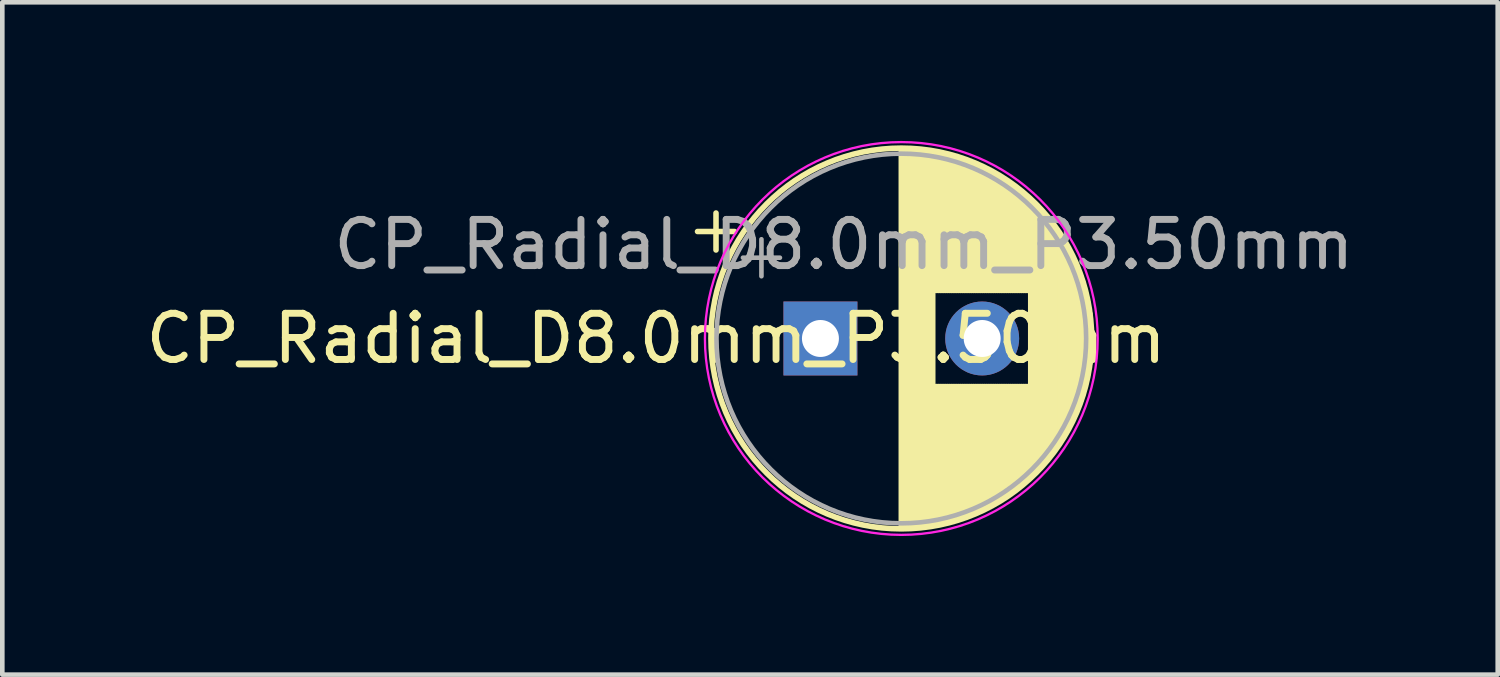
<source format=kicad_pcb>
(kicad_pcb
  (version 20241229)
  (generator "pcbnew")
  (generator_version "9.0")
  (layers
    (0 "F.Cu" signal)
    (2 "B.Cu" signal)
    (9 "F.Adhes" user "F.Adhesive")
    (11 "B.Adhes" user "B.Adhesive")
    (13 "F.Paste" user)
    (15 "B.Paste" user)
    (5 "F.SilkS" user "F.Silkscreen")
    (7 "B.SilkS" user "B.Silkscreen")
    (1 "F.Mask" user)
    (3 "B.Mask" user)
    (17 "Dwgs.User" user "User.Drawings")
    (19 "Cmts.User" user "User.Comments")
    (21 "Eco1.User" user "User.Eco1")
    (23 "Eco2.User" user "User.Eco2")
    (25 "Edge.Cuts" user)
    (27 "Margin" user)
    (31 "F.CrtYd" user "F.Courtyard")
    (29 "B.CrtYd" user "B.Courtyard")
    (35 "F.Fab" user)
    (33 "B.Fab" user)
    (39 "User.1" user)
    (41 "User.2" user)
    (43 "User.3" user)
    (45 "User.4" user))
  (footprint "CP_Radial_D8.0mm_P3.50mm"
    (layer "F.Cu")
    (at 14.705 4.275)
    (property "Reference" "CP_Radial_D8.0mm_P3.50mm" (at -3.556 0 0) (layer "F.SilkS") (effects (font (size 1 1) (thickness 0.15))))
    (attr through_hole)
    (fp_line (start -2.66 -2.315) (end -1.86 -2.315) (stroke (width 0.12) (type solid)) (layer "F.SilkS"))
    (fp_line (start -2.26 -2.715) (end -2.26 -1.915) (stroke (width 0.12) (type solid)) (layer "F.SilkS"))
    (fp_line (start 1.75 -4.08) (end 1.75 4.08) (stroke (width 0.12) (type solid)) (layer "F.SilkS"))
    (fp_line (start 1.79 -4.08) (end 1.79 4.08) (stroke (width 0.12) (type solid)) (layer "F.SilkS"))
    (fp_line (start 1.83 -4.08) (end 1.83 4.08) (stroke (width 0.12) (type solid)) (layer "F.SilkS"))
    (fp_line (start 1.87 -4.079) (end 1.87 4.079) (stroke (width 0.12) (type solid)) (layer "F.SilkS"))
    (fp_line (start 1.91 -4.077) (end 1.91 4.077) (stroke (width 0.12) (type solid)) (layer "F.SilkS"))
    (fp_line (start 1.95 -4.076) (end 1.95 4.076) (stroke (width 0.12) (type solid)) (layer "F.SilkS"))
    (fp_line (start 1.99 -4.074) (end 1.99 4.074) (stroke (width 0.12) (type solid)) (layer "F.SilkS"))
    (fp_line (start 2.03 -4.071) (end 2.03 4.071) (stroke (width 0.12) (type solid)) (layer "F.SilkS"))
    (fp_line (start 2.07 -4.068) (end 2.07 4.068) (stroke (width 0.12) (type solid)) (layer "F.SilkS"))
    (fp_line (start 2.11 -4.065) (end 2.11 4.065) (stroke (width 0.12) (type solid)) (layer "F.SilkS"))
    (fp_line (start 2.15 -4.061) (end 2.15 4.061) (stroke (width 0.12) (type solid)) (layer "F.SilkS"))
    (fp_line (start 2.19 -4.057) (end 2.19 4.057) (stroke (width 0.12) (type solid)) (layer "F.SilkS"))
    (fp_line (start 2.23 -4.052) (end 2.23 4.052) (stroke (width 0.12) (type solid)) (layer "F.SilkS"))
    (fp_line (start 2.27 -4.048) (end 2.27 4.048) (stroke (width 0.12) (type solid)) (layer "F.SilkS"))
    (fp_line (start 2.31 -4.042) (end 2.31 4.042) (stroke (width 0.12) (type solid)) (layer "F.SilkS"))
    (fp_line (start 2.35 -4.037) (end 2.35 4.037) (stroke (width 0.12) (type solid)) (layer "F.SilkS"))
    (fp_line (start 2.39 -4.03) (end 2.39 4.03) (stroke (width 0.12) (type solid)) (layer "F.SilkS"))
    (fp_line (start 2.43 -4.024) (end 2.43 4.024) (stroke (width 0.12) (type solid)) (layer "F.SilkS"))
    (fp_line (start 2.471 -4.017) (end 2.471 -1.04) (stroke (width 0.12) (type solid)) (layer "F.SilkS"))
    (fp_line (start 2.471 1.04) (end 2.471 4.017) (stroke (width 0.12) (type solid)) (layer "F.SilkS"))
    (fp_line (start 2.511 -4.01) (end 2.511 -1.04) (stroke (width 0.12) (type solid)) (layer "F.SilkS"))
    (fp_line (start 2.511 1.04) (end 2.511 4.01) (stroke (width 0.12) (type solid)) (layer "F.SilkS"))
    (fp_line (start 2.551 -4.002) (end 2.551 -1.04) (stroke (width 0.12) (type solid)) (layer "F.SilkS"))
    (fp_line (start 2.551 1.04) (end 2.551 4.002) (stroke (width 0.12) (type solid)) (layer "F.SilkS"))
    (fp_line (start 2.591 -3.994) (end 2.591 -1.04) (stroke (width 0.12) (type solid)) (layer "F.SilkS"))
    (fp_line (start 2.591 1.04) (end 2.591 3.994) (stroke (width 0.12) (type solid)) (layer "F.SilkS"))
    (fp_line (start 2.631 -3.985) (end 2.631 -1.04) (stroke (width 0.12) (type solid)) (layer "F.SilkS"))
    (fp_line (start 2.631 1.04) (end 2.631 3.985) (stroke (width 0.12) (type solid)) (layer "F.SilkS"))
    (fp_line (start 2.671 -3.976) (end 2.671 -1.04) (stroke (width 0.12) (type solid)) (layer "F.SilkS"))
    (fp_line (start 2.671 1.04) (end 2.671 3.976) (stroke (width 0.12) (type solid)) (layer "F.SilkS"))
    (fp_line (start 2.711 -3.967) (end 2.711 -1.04) (stroke (width 0.12) (type solid)) (layer "F.SilkS"))
    (fp_line (start 2.711 1.04) (end 2.711 3.967) (stroke (width 0.12) (type solid)) (layer "F.SilkS"))
    (fp_line (start 2.751 -3.957) (end 2.751 -1.04) (stroke (width 0.12) (type solid)) (layer "F.SilkS"))
    (fp_line (start 2.751 1.04) (end 2.751 3.957) (stroke (width 0.12) (type solid)) (layer "F.SilkS"))
    (fp_line (start 2.791 -3.947) (end 2.791 -1.04) (stroke (width 0.12) (type solid)) (layer "F.SilkS"))
    (fp_line (start 2.791 1.04) (end 2.791 3.947) (stroke (width 0.12) (type solid)) (layer "F.SilkS"))
    (fp_line (start 2.831 -3.936) (end 2.831 -1.04) (stroke (width 0.12) (type solid)) (layer "F.SilkS"))
    (fp_line (start 2.831 1.04) (end 2.831 3.936) (stroke (width 0.12) (type solid)) (layer "F.SilkS"))
    (fp_line (start 2.871 -3.925) (end 2.871 -1.04) (stroke (width 0.12) (type solid)) (layer "F.SilkS"))
    (fp_line (start 2.871 1.04) (end 2.871 3.925) (stroke (width 0.12) (type solid)) (layer "F.SilkS"))
    (fp_line (start 2.911 -3.914) (end 2.911 -1.04) (stroke (width 0.12) (type solid)) (layer "F.SilkS"))
    (fp_line (start 2.911 1.04) (end 2.911 3.914) (stroke (width 0.12) (type solid)) (layer "F.SilkS"))
    (fp_line (start 2.951 -3.902) (end 2.951 -1.04) (stroke (width 0.12) (type solid)) (layer "F.SilkS"))
    (fp_line (start 2.951 1.04) (end 2.951 3.902) (stroke (width 0.12) (type solid)) (layer "F.SilkS"))
    (fp_line (start 2.991 -3.889) (end 2.991 -1.04) (stroke (width 0.12) (type solid)) (layer "F.SilkS"))
    (fp_line (start 2.991 1.04) (end 2.991 3.889) (stroke (width 0.12) (type solid)) (layer "F.SilkS"))
    (fp_line (start 3.031 -3.877) (end 3.031 -1.04) (stroke (width 0.12) (type solid)) (layer "F.SilkS"))
    (fp_line (start 3.031 1.04) (end 3.031 3.877) (stroke (width 0.12) (type solid)) (layer "F.SilkS"))
    (fp_line (start 3.071 -3.863) (end 3.071 -1.04) (stroke (width 0.12) (type solid)) (layer "F.SilkS"))
    (fp_line (start 3.071 1.04) (end 3.071 3.863) (stroke (width 0.12) (type solid)) (layer "F.SilkS"))
    (fp_line (start 3.111 -3.85) (end 3.111 -1.04) (stroke (width 0.12) (type solid)) (layer "F.SilkS"))
    (fp_line (start 3.111 1.04) (end 3.111 3.85) (stroke (width 0.12) (type solid)) (layer "F.SilkS"))
    (fp_line (start 3.151 -3.835) (end 3.151 -1.04) (stroke (width 0.12) (type solid)) (layer "F.SilkS"))
    (fp_line (start 3.151 1.04) (end 3.151 3.835) (stroke (width 0.12) (type solid)) (layer "F.SilkS"))
    (fp_line (start 3.191 -3.821) (end 3.191 -1.04) (stroke (width 0.12) (type solid)) (layer "F.SilkS"))
    (fp_line (start 3.191 1.04) (end 3.191 3.821) (stroke (width 0.12) (type solid)) (layer "F.SilkS"))
    (fp_line (start 3.231 -3.805) (end 3.231 -1.04) (stroke (width 0.12) (type solid)) (layer "F.SilkS"))
    (fp_line (start 3.231 1.04) (end 3.231 3.805) (stroke (width 0.12) (type solid)) (layer "F.SilkS"))
    (fp_line (start 3.271 -3.79) (end 3.271 -1.04) (stroke (width 0.12) (type solid)) (layer "F.SilkS"))
    (fp_line (start 3.271 1.04) (end 3.271 3.79) (stroke (width 0.12) (type solid)) (layer "F.SilkS"))
    (fp_line (start 3.311 -3.774) (end 3.311 -1.04) (stroke (width 0.12) (type solid)) (layer "F.SilkS"))
    (fp_line (start 3.311 1.04) (end 3.311 3.774) (stroke (width 0.12) (type solid)) (layer "F.SilkS"))
    (fp_line (start 3.351 -3.757) (end 3.351 -1.04) (stroke (width 0.12) (type solid)) (layer "F.SilkS"))
    (fp_line (start 3.351 1.04) (end 3.351 3.757) (stroke (width 0.12) (type solid)) (layer "F.SilkS"))
    (fp_line (start 3.391 -3.74) (end 3.391 -1.04) (stroke (width 0.12) (type solid)) (layer "F.SilkS"))
    (fp_line (start 3.391 1.04) (end 3.391 3.74) (stroke (width 0.12) (type solid)) (layer "F.SilkS"))
    (fp_line (start 3.431 -3.722) (end 3.431 -1.04) (stroke (width 0.12) (type solid)) (layer "F.SilkS"))
    (fp_line (start 3.431 1.04) (end 3.431 3.722) (stroke (width 0.12) (type solid)) (layer "F.SilkS"))
    (fp_line (start 3.471 -3.704) (end 3.471 -1.04) (stroke (width 0.12) (type solid)) (layer "F.SilkS"))
    (fp_line (start 3.471 1.04) (end 3.471 3.704) (stroke (width 0.12) (type solid)) (layer "F.SilkS"))
    (fp_line (start 3.511 -3.686) (end 3.511 -1.04) (stroke (width 0.12) (type solid)) (layer "F.SilkS"))
    (fp_line (start 3.511 1.04) (end 3.511 3.686) (stroke (width 0.12) (type solid)) (layer "F.SilkS"))
    (fp_line (start 3.551 -3.666) (end 3.551 -1.04) (stroke (width 0.12) (type solid)) (layer "F.SilkS"))
    (fp_line (start 3.551 1.04) (end 3.551 3.666) (stroke (width 0.12) (type solid)) (layer "F.SilkS"))
    (fp_line (start 3.591 -3.647) (end 3.591 -1.04) (stroke (width 0.12) (type solid)) (layer "F.SilkS"))
    (fp_line (start 3.591 1.04) (end 3.591 3.647) (stroke (width 0.12) (type solid)) (layer "F.SilkS"))
    (fp_line (start 3.631 -3.627) (end 3.631 -1.04) (stroke (width 0.12) (type solid)) (layer "F.SilkS"))
    (fp_line (start 3.631 1.04) (end 3.631 3.627) (stroke (width 0.12) (type solid)) (layer "F.SilkS"))
    (fp_line (start 3.671 -3.606) (end 3.671 -1.04) (stroke (width 0.12) (type solid)) (layer "F.SilkS"))
    (fp_line (start 3.671 1.04) (end 3.671 3.606) (stroke (width 0.12) (type solid)) (layer "F.SilkS"))
    (fp_line (start 3.711 -3.584) (end 3.711 -1.04) (stroke (width 0.12) (type solid)) (layer "F.SilkS"))
    (fp_line (start 3.711 1.04) (end 3.711 3.584) (stroke (width 0.12) (type solid)) (layer "F.SilkS"))
    (fp_line (start 3.751 -3.562) (end 3.751 -1.04) (stroke (width 0.12) (type solid)) (layer "F.SilkS"))
    (fp_line (start 3.751 1.04) (end 3.751 3.562) (stroke (width 0.12) (type solid)) (layer "F.SilkS"))
    (fp_line (start 3.791 -3.54) (end 3.791 -1.04) (stroke (width 0.12) (type solid)) (layer "F.SilkS"))
    (fp_line (start 3.791 1.04) (end 3.791 3.54) (stroke (width 0.12) (type solid)) (layer "F.SilkS"))
    (fp_line (start 3.831 -3.517) (end 3.831 -1.04) (stroke (width 0.12) (type solid)) (layer "F.SilkS"))
    (fp_line (start 3.831 1.04) (end 3.831 3.517) (stroke (width 0.12) (type solid)) (layer "F.SilkS"))
    (fp_line (start 3.871 -3.493) (end 3.871 -1.04) (stroke (width 0.12) (type solid)) (layer "F.SilkS"))
    (fp_line (start 3.871 1.04) (end 3.871 3.493) (stroke (width 0.12) (type solid)) (layer "F.SilkS"))
    (fp_line (start 3.911 -3.469) (end 3.911 -1.04) (stroke (width 0.12) (type solid)) (layer "F.SilkS"))
    (fp_line (start 3.911 1.04) (end 3.911 3.469) (stroke (width 0.12) (type solid)) (layer "F.SilkS"))
    (fp_line (start 3.951 -3.444) (end 3.951 -1.04) (stroke (width 0.12) (type solid)) (layer "F.SilkS"))
    (fp_line (start 3.951 1.04) (end 3.951 3.444) (stroke (width 0.12) (type solid)) (layer "F.SilkS"))
    (fp_line (start 3.991 -3.418) (end 3.991 -1.04) (stroke (width 0.12) (type solid)) (layer "F.SilkS"))
    (fp_line (start 3.991 1.04) (end 3.991 3.418) (stroke (width 0.12) (type solid)) (layer "F.SilkS"))
    (fp_line (start 4.031 -3.392) (end 4.031 -1.04) (stroke (width 0.12) (type solid)) (layer "F.SilkS"))
    (fp_line (start 4.031 1.04) (end 4.031 3.392) (stroke (width 0.12) (type solid)) (layer "F.SilkS"))
    (fp_line (start 4.071 -3.365) (end 4.071 -1.04) (stroke (width 0.12) (type solid)) (layer "F.SilkS"))
    (fp_line (start 4.071 1.04) (end 4.071 3.365) (stroke (width 0.12) (type solid)) (layer "F.SilkS"))
    (fp_line (start 4.111 -3.338) (end 4.111 -1.04) (stroke (width 0.12) (type solid)) (layer "F.SilkS"))
    (fp_line (start 4.111 1.04) (end 4.111 3.338) (stroke (width 0.12) (type solid)) (layer "F.SilkS"))
    (fp_line (start 4.151 -3.309) (end 4.151 -1.04) (stroke (width 0.12) (type solid)) (layer "F.SilkS"))
    (fp_line (start 4.151 1.04) (end 4.151 3.309) (stroke (width 0.12) (type solid)) (layer "F.SilkS"))
    (fp_line (start 4.191 -3.28) (end 4.191 -1.04) (stroke (width 0.12) (type solid)) (layer "F.SilkS"))
    (fp_line (start 4.191 1.04) (end 4.191 3.28) (stroke (width 0.12) (type solid)) (layer "F.SilkS"))
    (fp_line (start 4.231 -3.25) (end 4.231 -1.04) (stroke (width 0.12) (type solid)) (layer "F.SilkS"))
    (fp_line (start 4.231 1.04) (end 4.231 3.25) (stroke (width 0.12) (type solid)) (layer "F.SilkS"))
    (fp_line (start 4.271 -3.22) (end 4.271 -1.04) (stroke (width 0.12) (type solid)) (layer "F.SilkS"))
    (fp_line (start 4.271 1.04) (end 4.271 3.22) (stroke (width 0.12) (type solid)) (layer "F.SilkS"))
    (fp_line (start 4.311 -3.189) (end 4.311 -1.04) (stroke (width 0.12) (type solid)) (layer "F.SilkS"))
    (fp_line (start 4.311 1.04) (end 4.311 3.189) (stroke (width 0.12) (type solid)) (layer "F.SilkS"))
    (fp_line (start 4.351 -3.156) (end 4.351 -1.04) (stroke (width 0.12) (type solid)) (layer "F.SilkS"))
    (fp_line (start 4.351 1.04) (end 4.351 3.156) (stroke (width 0.12) (type solid)) (layer "F.SilkS"))
    (fp_line (start 4.391 -3.124) (end 4.391 -1.04) (stroke (width 0.12) (type solid)) (layer "F.SilkS"))
    (fp_line (start 4.391 1.04) (end 4.391 3.124) (stroke (width 0.12) (type solid)) (layer "F.SilkS"))
    (fp_line (start 4.431 -3.09) (end 4.431 -1.04) (stroke (width 0.12) (type solid)) (layer "F.SilkS"))
    (fp_line (start 4.431 1.04) (end 4.431 3.09) (stroke (width 0.12) (type solid)) (layer "F.SilkS"))
    (fp_line (start 4.471 -3.055) (end 4.471 -1.04) (stroke (width 0.12) (type solid)) (layer "F.SilkS"))
    (fp_line (start 4.471 1.04) (end 4.471 3.055) (stroke (width 0.12) (type solid)) (layer "F.SilkS"))
    (fp_line (start 4.511 -3.019) (end 4.511 -1.04) (stroke (width 0.12) (type solid)) (layer "F.SilkS"))
    (fp_line (start 4.511 1.04) (end 4.511 3.019) (stroke (width 0.12) (type solid)) (layer "F.SilkS"))
    (fp_line (start 4.551 -2.983) (end 4.551 2.983) (stroke (width 0.12) (type solid)) (layer "F.SilkS"))
    (fp_line (start 4.591 -2.945) (end 4.591 2.945) (stroke (width 0.12) (type solid)) (layer "F.SilkS"))
    (fp_line (start 4.631 -2.907) (end 4.631 2.907) (stroke (width 0.12) (type solid)) (layer "F.SilkS"))
    (fp_line (start 4.671 -2.867) (end 4.671 2.867) (stroke (width 0.12) (type solid)) (layer "F.SilkS"))
    (fp_line (start 4.711 -2.826) (end 4.711 2.826) (stroke (width 0.12) (type solid)) (layer "F.SilkS"))
    (fp_line (start 4.751 -2.784) (end 4.751 2.784) (stroke (width 0.12) (type solid)) (layer "F.SilkS"))
    (fp_line (start 4.791 -2.741) (end 4.791 2.741) (stroke (width 0.12) (type solid)) (layer "F.SilkS"))
    (fp_line (start 4.831 -2.697) (end 4.831 2.697) (stroke (width 0.12) (type solid)) (layer "F.SilkS"))
    (fp_line (start 4.871 -2.651) (end 4.871 2.651) (stroke (width 0.12) (type solid)) (layer "F.SilkS"))
    (fp_line (start 4.911 -2.604) (end 4.911 2.604) (stroke (width 0.12) (type solid)) (layer "F.SilkS"))
    (fp_line (start 4.951 -2.556) (end 4.951 2.556) (stroke (width 0.12) (type solid)) (layer "F.SilkS"))
    (fp_line (start 4.991 -2.505) (end 4.991 2.505) (stroke (width 0.12) (type solid)) (layer "F.SilkS"))
    (fp_line (start 5.031 -2.454) (end 5.031 2.454) (stroke (width 0.12) (type solid)) (layer "F.SilkS"))
    (fp_line (start 5.071 -2.4) (end 5.071 2.4) (stroke (width 0.12) (type solid)) (layer "F.SilkS"))
    (fp_line (start 5.111 -2.345) (end 5.111 2.345) (stroke (width 0.12) (type solid)) (layer "F.SilkS"))
    (fp_line (start 5.151 -2.287) (end 5.151 2.287) (stroke (width 0.12) (type solid)) (layer "F.SilkS"))
    (fp_line (start 5.191 -2.228) (end 5.191 2.228) (stroke (width 0.12) (type solid)) (layer "F.SilkS"))
    (fp_line (start 5.231 -2.166) (end 5.231 2.166) (stroke (width 0.12) (type solid)) (layer "F.SilkS"))
    (fp_line (start 5.271 -2.102) (end 5.271 2.102) (stroke (width 0.12) (type solid)) (layer "F.SilkS"))
    (fp_line (start 5.311 -2.034) (end 5.311 2.034) (stroke (width 0.12) (type solid)) (layer "F.SilkS"))
    (fp_line (start 5.351 -1.964) (end 5.351 1.964) (stroke (width 0.12) (type solid)) (layer "F.SilkS"))
    (fp_line (start 5.391 -1.89) (end 5.391 1.89) (stroke (width 0.12) (type solid)) (layer "F.SilkS"))
    (fp_line (start 5.431 -1.813) (end 5.431 1.813) (stroke (width 0.12) (type solid)) (layer "F.SilkS"))
    (fp_line (start 5.471 -1.731) (end 5.471 1.731) (stroke (width 0.12) (type solid)) (layer "F.SilkS"))
    (fp_line (start 5.511 -1.645) (end 5.511 1.645) (stroke (width 0.12) (type solid)) (layer "F.SilkS"))
    (fp_line (start 5.551 -1.552) (end 5.551 1.552) (stroke (width 0.12) (type solid)) (layer "F.SilkS"))
    (fp_line (start 5.591 -1.453) (end 5.591 1.453) (stroke (width 0.12) (type solid)) (layer "F.SilkS"))
    (fp_line (start 5.631 -1.346) (end 5.631 1.346) (stroke (width 0.12) (type solid)) (layer "F.SilkS"))
    (fp_line (start 5.671 -1.229) (end 5.671 1.229) (stroke (width 0.12) (type solid)) (layer "F.SilkS"))
    (fp_line (start 5.711 -1.098) (end 5.711 1.098) (stroke (width 0.12) (type solid)) (layer "F.SilkS"))
    (fp_line (start 5.751 -0.948) (end 5.751 0.948) (stroke (width 0.12) (type solid)) (layer "F.SilkS"))
    (fp_line (start 5.791 -0.768) (end 5.791 0.768) (stroke (width 0.12) (type solid)) (layer "F.SilkS"))
    (fp_line (start 5.831 -0.533) (end 5.831 0.533) (stroke (width 0.12) (type solid)) (layer "F.SilkS"))
    (fp_circle (center 1.75 0) (end 5.87 0) (stroke (width 0.12) (type solid)) (fill no) (layer "F.SilkS"))
    (fp_circle (center 1.75 0) (end 6 0) (stroke (width 0.05) (type solid)) (fill no) (layer "F.CrtYd"))
    (fp_line (start -1.677 -1.748) (end -0.877 -1.748) (stroke (width 0.1) (type solid)) (layer "F.Fab"))
    (fp_line (start -1.277 -2.147) (end -1.277 -1.347) (stroke (width 0.1) (type solid)) (layer "F.Fab"))
    (fp_circle (center 1.75 0) (end 5.75 0) (stroke (width 0.1) (type solid)) (fill no) (layer "F.Fab"))
    (fp_text user "${REFERENCE}" (at 0.508 -2.032 0) (layer "F.Fab") (effects (font (size 1 1) (thickness 0.15))))
    (pad "1" thru_hole rect (at 0 0) (size 1.6 1.6) (drill 0.8) (layers "*.Cu" "*.Mask"))
    (pad "2" thru_hole circle (at 3.5 0) (size 1.6 1.6) (drill 0.8) (layers "*.Cu" "*.Mask")))
  (gr_rect
    (start -3 -3)
    (end 29.362 11.55)
    (stroke (width 0.1) (type default))
    (fill no)
    (layer "Edge.Cuts")))
</source>
